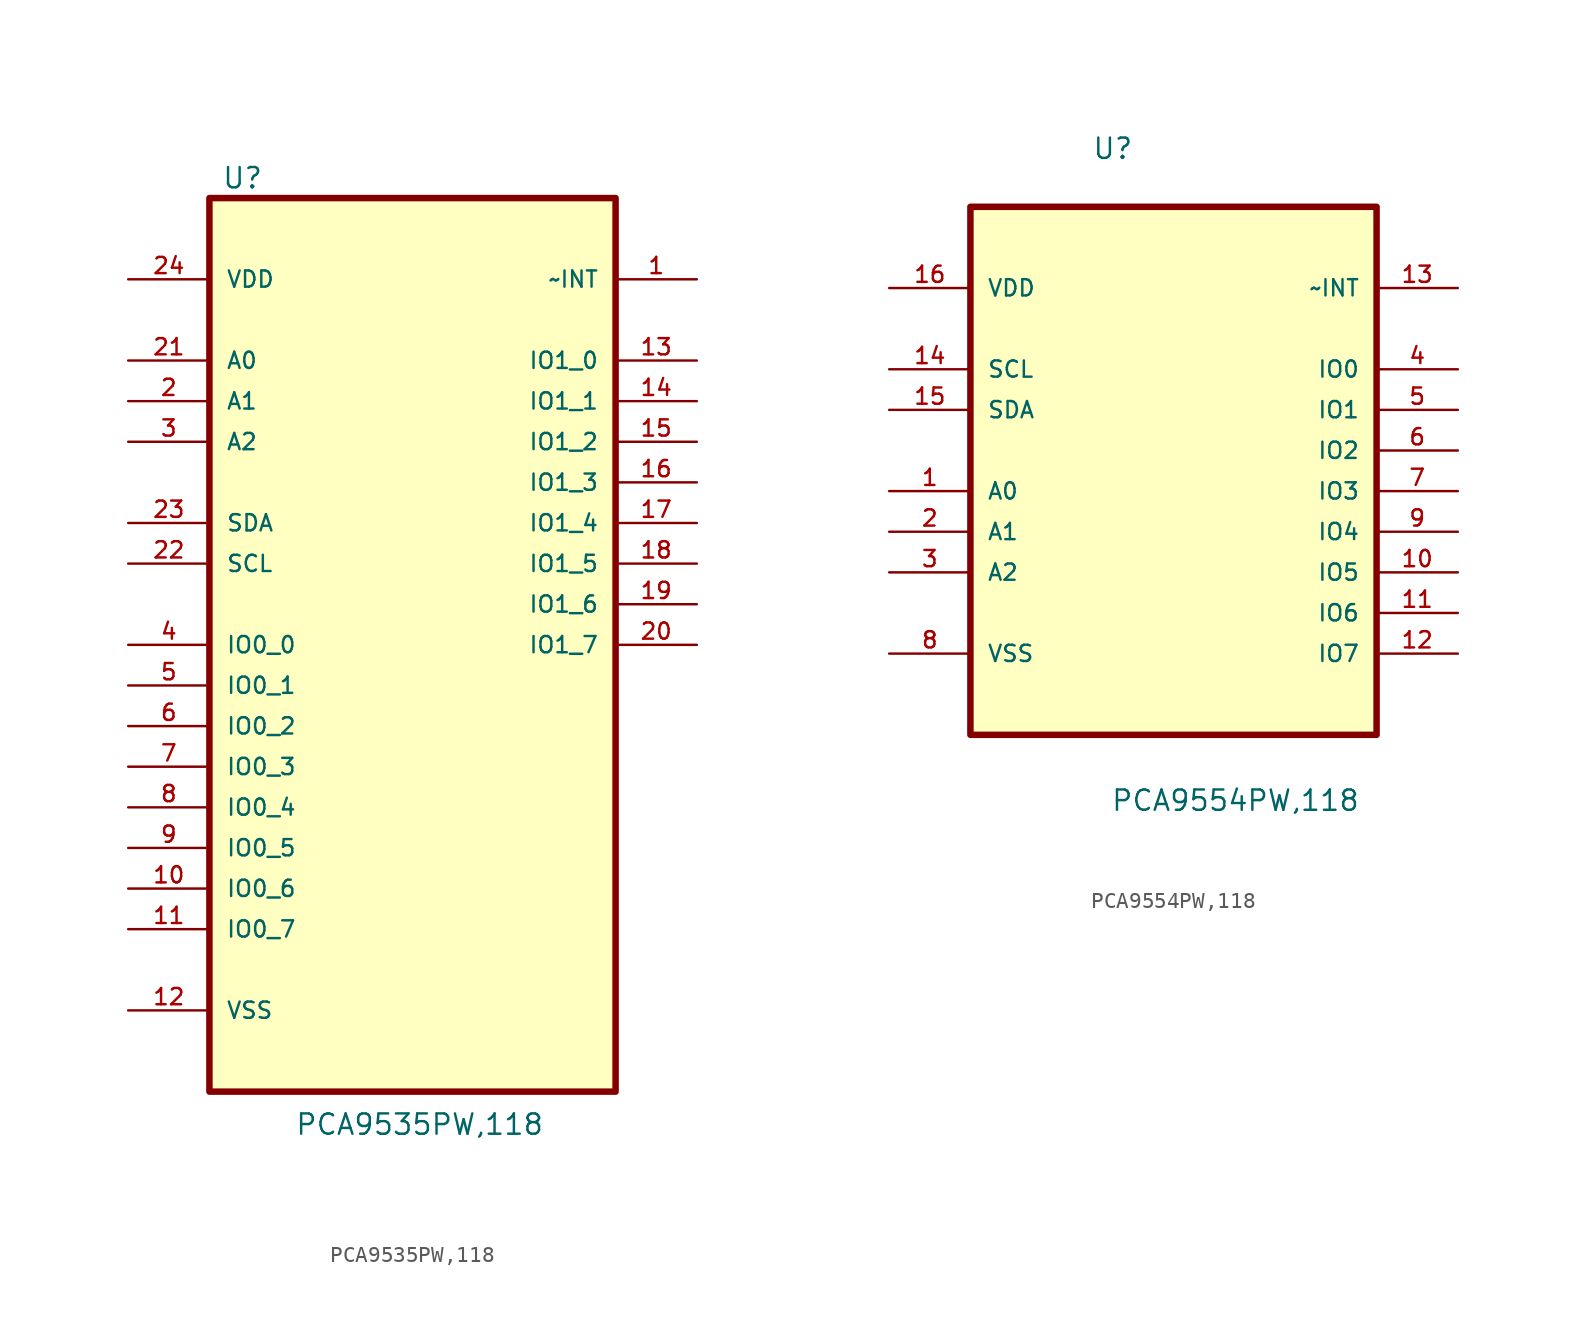
<source format=kicad_sym>
(kicad_symbol_lib
  (version 20220914)
  (generator kicad_db_lib)
  (symbol "PCA9535PW,118"
    (pin_names
      (offset 1.016))
    (property "Reference" "U"
      (at -11.938 25.908 0)
      (effects (font (size 1.27 1.27)) (justify left bottom)))
    (property "Value" "PCA9535PW,118"
      (at -7.366 -33.274 0)
      (effects (font (size 1.27 1.27)) (justify left bottom)))
    (symbol "PCA9535PW,118_0_0"
      (rectangle (start -12.7 -30.48) (end 12.7 25.4) (stroke (width 0.406) (type default)) (fill (type background)))
      (pin output line (at 17.78 20.32 180) (length 5.08) (name "~INT" (effects (font (size 1.016 1.016)))) (number "1" (effects (font (size 1.016 1.016)))))
      (pin bidirectional line (at -17.78 -17.78 0) (length 5.08) (name "IO0_6" (effects (font (size 1.016 1.016)))) (number "10" (effects (font (size 1.016 1.016)))))
      (pin bidirectional line (at -17.78 -20.32 0) (length 5.08) (name "IO0_7" (effects (font (size 1.016 1.016)))) (number "11" (effects (font (size 1.016 1.016)))))
      (pin passive line (at -17.78 -25.4 0) (length 5.08) (name "VSS" (effects (font (size 1.016 1.016)))) (number "12" (effects (font (size 1.016 1.016)))))
      (pin bidirectional line (at 17.78 15.24 180) (length 5.08) (name "IO1_0" (effects (font (size 1.016 1.016)))) (number "13" (effects (font (size 1.016 1.016)))))
      (pin bidirectional line (at 17.78 12.7 180) (length 5.08) (name "IO1_1" (effects (font (size 1.016 1.016)))) (number "14" (effects (font (size 1.016 1.016)))))
      (pin bidirectional line (at 17.78 10.16 180) (length 5.08) (name "IO1_2" (effects (font (size 1.016 1.016)))) (number "15" (effects (font (size 1.016 1.016)))))
      (pin bidirectional line (at 17.78 7.62 180) (length 5.08) (name "IO1_3" (effects (font (size 1.016 1.016)))) (number "16" (effects (font (size 1.016 1.016)))))
      (pin bidirectional line (at 17.78 5.08 180) (length 5.08) (name "IO1_4" (effects (font (size 1.016 1.016)))) (number "17" (effects (font (size 1.016 1.016)))))
      (pin bidirectional line (at 17.78 2.54 180) (length 5.08) (name "IO1_5" (effects (font (size 1.016 1.016)))) (number "18" (effects (font (size 1.016 1.016)))))
      (pin bidirectional line (at 17.78 0 180) (length 5.08) (name "IO1_6" (effects (font (size 1.016 1.016)))) (number "19" (effects (font (size 1.016 1.016)))))
      (pin input line (at -17.78 12.7 0) (length 5.08) (name "A1" (effects (font (size 1.016 1.016)))) (number "2" (effects (font (size 1.016 1.016)))))
      (pin bidirectional line (at 17.78 -2.54 180) (length 5.08) (name "IO1_7" (effects (font (size 1.016 1.016)))) (number "20" (effects (font (size 1.016 1.016)))))
      (pin input line (at -17.78 15.24 0) (length 5.08) (name "A0" (effects (font (size 1.016 1.016)))) (number "21" (effects (font (size 1.016 1.016)))))
      (pin input line (at -17.78 2.54 0) (length 5.08) (name "SCL" (effects (font (size 1.016 1.016)))) (number "22" (effects (font (size 1.016 1.016)))))
      (pin bidirectional line (at -17.78 5.08 0) (length 5.08) (name "SDA" (effects (font (size 1.016 1.016)))) (number "23" (effects (font (size 1.016 1.016)))))
      (pin power_in line (at -17.78 20.32 0) (length 5.08) (name "VDD" (effects (font (size 1.016 1.016)))) (number "24" (effects (font (size 1.016 1.016)))))
      (pin input line (at -17.78 10.16 0) (length 5.08) (name "A2" (effects (font (size 1.016 1.016)))) (number "3" (effects (font (size 1.016 1.016)))))
      (pin bidirectional line (at -17.78 -2.54 0) (length 5.08) (name "IO0_0" (effects (font (size 1.016 1.016)))) (number "4" (effects (font (size 1.016 1.016)))))
      (pin bidirectional line (at -17.78 -5.08 0) (length 5.08) (name "IO0_1" (effects (font (size 1.016 1.016)))) (number "5" (effects (font (size 1.016 1.016)))))
      (pin bidirectional line (at -17.78 -7.62 0) (length 5.08) (name "IO0_2" (effects (font (size 1.016 1.016)))) (number "6" (effects (font (size 1.016 1.016)))))
      (pin bidirectional line (at -17.78 -10.16 0) (length 5.08) (name "IO0_3" (effects (font (size 1.016 1.016)))) (number "7" (effects (font (size 1.016 1.016)))))
      (pin bidirectional line (at -17.78 -12.7 0) (length 5.08) (name "IO0_4" (effects (font (size 1.016 1.016)))) (number "8" (effects (font (size 1.016 1.016)))))
      (pin bidirectional line (at -17.78 -15.24 0) (length 5.08) (name "IO0_5" (effects (font (size 1.016 1.016)))) (number "9" (effects (font (size 1.016 1.016)))))))
  (symbol "PCA9554PW,118"
    (pin_names
      (offset 1.016))
    (property "Reference" "U"
      (at -5.105 15.596 0)
      (effects (font (size 1.27 1.27)) (justify left bottom)))
    (property "Value" "PCA9554PW,118"
      (at -3.937 -25.171 0)
      (effects (font (size 1.27 1.27)) (justify left bottom)))
    (symbol "PCA9554PW,118_0_0"
      (rectangle (start -12.7 -20.32) (end 12.7 12.7) (stroke (width 0.406) (type default)) (fill (type background)))
      (pin input line (at -17.78 -5.08 0) (length 5.08) (name "A0" (effects (font (size 1.016 1.016)))) (number "1" (effects (font (size 1.016 1.016)))))
      (pin bidirectional line (at 17.78 -10.16 180) (length 5.08) (name "IO5" (effects (font (size 1.016 1.016)))) (number "10" (effects (font (size 1.016 1.016)))))
      (pin bidirectional line (at 17.78 -12.7 180) (length 5.08) (name "IO6" (effects (font (size 1.016 1.016)))) (number "11" (effects (font (size 1.016 1.016)))))
      (pin bidirectional line (at 17.78 -15.24 180) (length 5.08) (name "IO7" (effects (font (size 1.016 1.016)))) (number "12" (effects (font (size 1.016 1.016)))))
      (pin output line (at 17.78 7.62 180) (length 5.08) (name "~INT" (effects (font (size 1.016 1.016)))) (number "13" (effects (font (size 1.016 1.016)))))
      (pin input line (at -17.78 2.54 0) (length 5.08) (name "SCL" (effects (font (size 1.016 1.016)))) (number "14" (effects (font (size 1.016 1.016)))))
      (pin bidirectional line (at -17.78 0 0) (length 5.08) (name "SDA" (effects (font (size 1.016 1.016)))) (number "15" (effects (font (size 1.016 1.016)))))
      (pin power_in line (at -17.78 7.62 0) (length 5.08) (name "VDD" (effects (font (size 1.016 1.016)))) (number "16" (effects (font (size 1.016 1.016)))))
      (pin input line (at -17.78 -7.62 0) (length 5.08) (name "A1" (effects (font (size 1.016 1.016)))) (number "2" (effects (font (size 1.016 1.016)))))
      (pin input line (at -17.78 -10.16 0) (length 5.08) (name "A2" (effects (font (size 1.016 1.016)))) (number "3" (effects (font (size 1.016 1.016)))))
      (pin bidirectional line (at 17.78 2.54 180) (length 5.08) (name "IO0" (effects (font (size 1.016 1.016)))) (number "4" (effects (font (size 1.016 1.016)))))
      (pin bidirectional line (at 17.78 0 180) (length 5.08) (name "IO1" (effects (font (size 1.016 1.016)))) (number "5" (effects (font (size 1.016 1.016)))))
      (pin bidirectional line (at 17.78 -2.54 180) (length 5.08) (name "IO2" (effects (font (size 1.016 1.016)))) (number "6" (effects (font (size 1.016 1.016)))))
      (pin bidirectional line (at 17.78 -5.08 180) (length 5.08) (name "IO3" (effects (font (size 1.016 1.016)))) (number "7" (effects (font (size 1.016 1.016)))))
      (pin passive line (at -17.78 -15.24 0) (length 5.08) (name "VSS" (effects (font (size 1.016 1.016)))) (number "8" (effects (font (size 1.016 1.016)))))
      (pin bidirectional line (at 17.78 -7.62 180) (length 5.08) (name "IO4" (effects (font (size 1.016 1.016)))) (number "9" (effects (font (size 1.016 1.016))))))))
</source>
